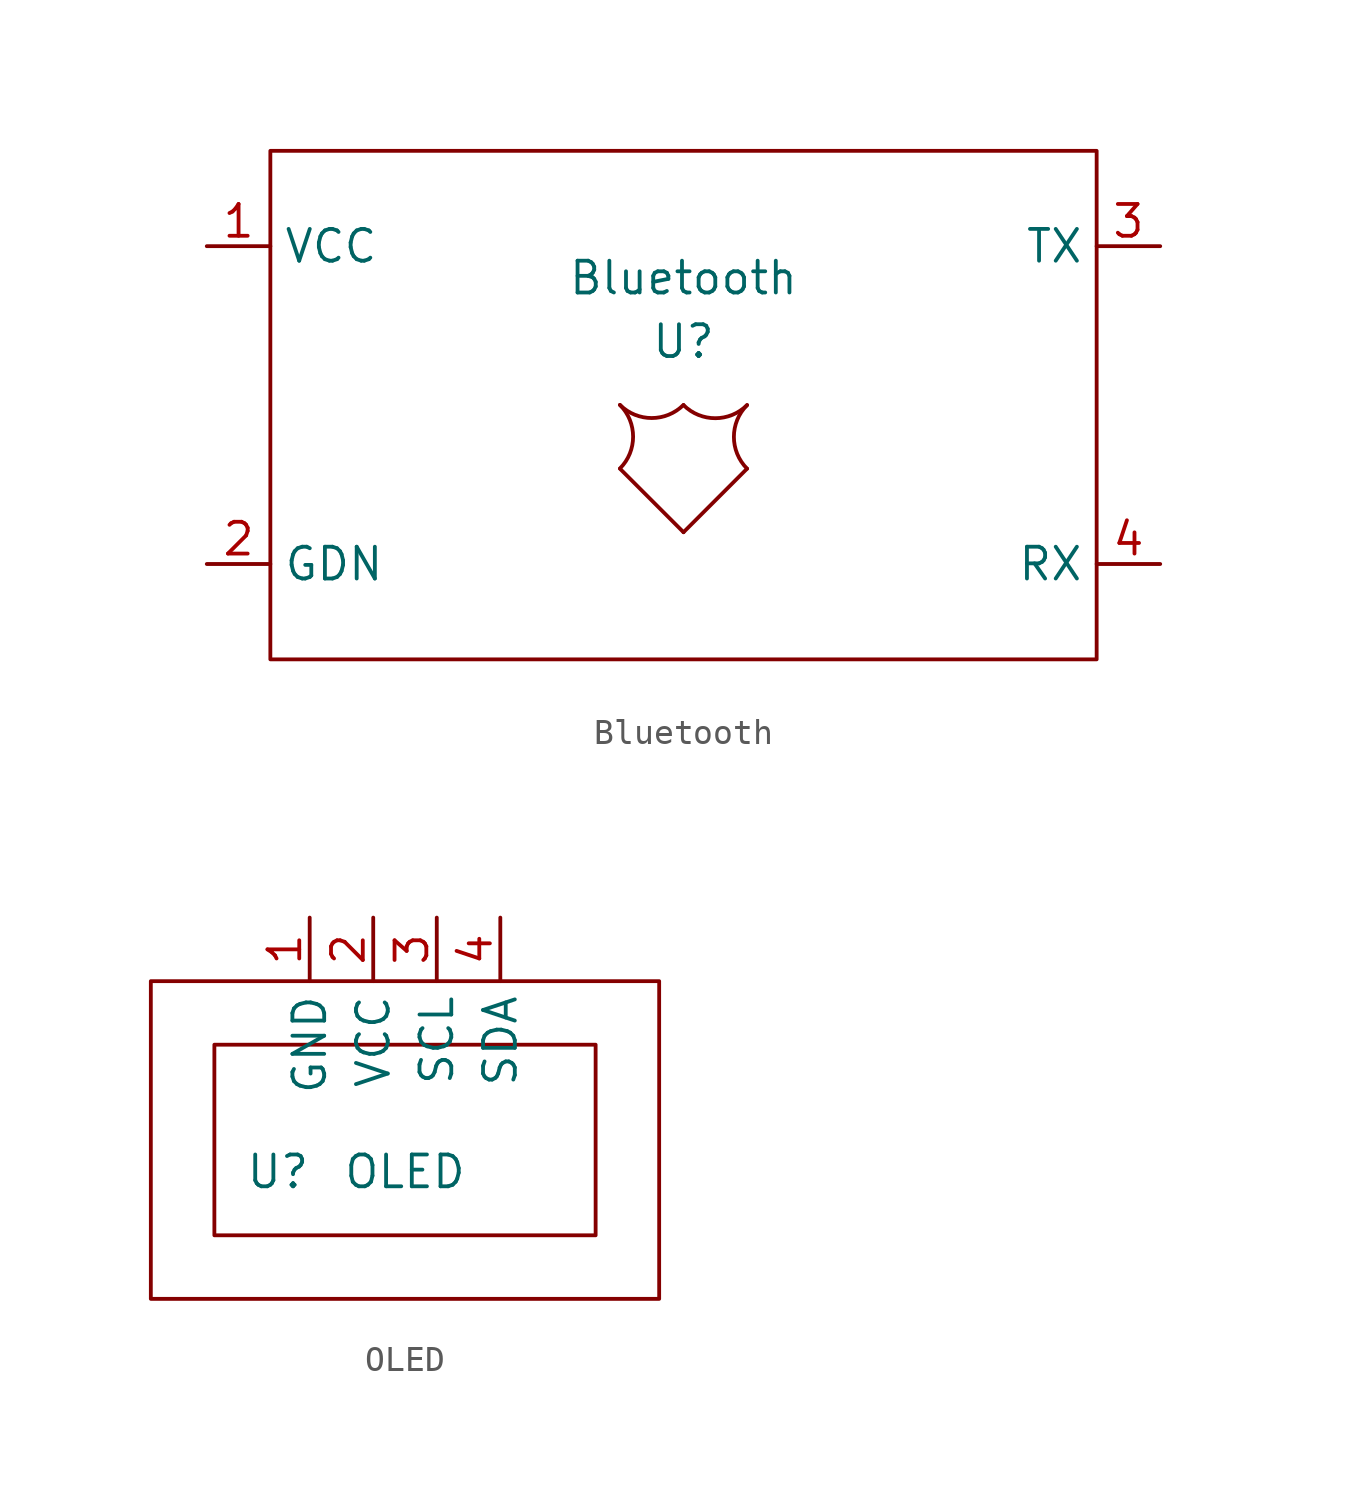
<source format=kicad_sym>
(kicad_symbol_lib
  (version 20211014)
  (generator kicad_symbol_editor)
  (symbol "Bluetooth"
    (property "Reference" "U"
      (at 0 2.54 0)
      (effects (font (size 1.27 1.27))))
    (property "Value" "Bluetooth"
      (at 0 5.08 0)
      (effects (font (size 1.27 1.27))))
    (symbol "Bluetooth_0_1"
      (rectangle (start -16.51 10.16) (end 16.51 -10.16) (stroke (width 0) (type default) (color 0 0 0 0)) (fill (type none)))
      (arc (start -2.54 -2.5329) (mid 0.5261 -1.2629) (end -2.54 0.0071) (stroke (width 0) (type default) (color 0 0 0 0)) (fill (type none)))
      (arc (start -2.54 0.0071) (mid -1.27 -3.0711) (end 0 0.0071) (stroke (width 0) (type default) (color 0 0 0 0)) (fill (type none)))
      (polyline (pts (xy -2.54 -2.54) (xy 0 -5.08)) (stroke (width 0) (type default) (color 0 0 0 0)) (fill (type none)))
      (polyline (pts (xy 2.54 -2.54) (xy 0 -5.08)) (stroke (width 0) (type default) (color 0 0 0 0)) (fill (type none)))
      (arc (start 0 0) (mid 1.27 -3.0782) (end 2.54 0) (stroke (width 0) (type default) (color 0 0 0 0)) (fill (type none)))
      (arc (start 2.54 0) (mid -0.5262 -1.27) (end 2.54 -2.54) (stroke (width 0) (type default) (color 0 0 0 0)) (fill (type none))))
    (symbol "Bluetooth_1_1"
      (pin bidirectional line (at -19.05 6.35 0) (length 2.54) (name "VCC" (effects (font (size 1.27 1.27)))) (number "1" (effects (font (size 1.27 1.27)))))
      (pin bidirectional line (at -19.05 -6.35 0) (length 2.54) (name "GDN" (effects (font (size 1.27 1.27)))) (number "2" (effects (font (size 1.27 1.27)))))
      (pin bidirectional line (at 19.05 6.35 180) (length 2.54) (name "TX" (effects (font (size 1.27 1.27)))) (number "3" (effects (font (size 1.27 1.27)))))
      (pin bidirectional line (at 19.05 -6.35 180) (length 2.54) (name "RX" (effects (font (size 1.27 1.27)))) (number "4" (effects (font (size 1.27 1.27)))))))
  (symbol "OLED"
    (property "Reference" "U"
      (at -2.54 -8.89 0)
      (effects (font (size 1.27 1.27))))
    (property "Value" "OLED"
      (at 2.54 -8.89 0)
      (effects (font (size 1.27 1.27))))
    (symbol "OLED_0_1"
      (rectangle (start -7.62 -1.27) (end 12.7 -13.97) (stroke (width 0) (type default) (color 0 0 0 0)) (fill (type none)))
      (rectangle (start -5.08 -3.81) (end 10.16 -11.43) (stroke (width 0) (type default) (color 0 0 0 0)) (fill (type none))))
    (symbol "OLED_1_1"
      (pin bidirectional line (at -1.27 1.27 270) (length 2.54) (name "GND" (effects (font (size 1.27 1.27)))) (number "1" (effects (font (size 1.27 1.27)))))
      (pin bidirectional line (at 1.27 1.27 270) (length 2.54) (name "VCC" (effects (font (size 1.27 1.27)))) (number "2" (effects (font (size 1.27 1.27)))))
      (pin bidirectional line (at 3.81 1.27 270) (length 2.54) (name "SCL" (effects (font (size 1.27 1.27)))) (number "3" (effects (font (size 1.27 1.27)))))
      (pin bidirectional line (at 6.35 1.27 270) (length 2.54) (name "SDA" (effects (font (size 1.27 1.27)))) (number "4" (effects (font (size 1.27 1.27))))))))
</source>
